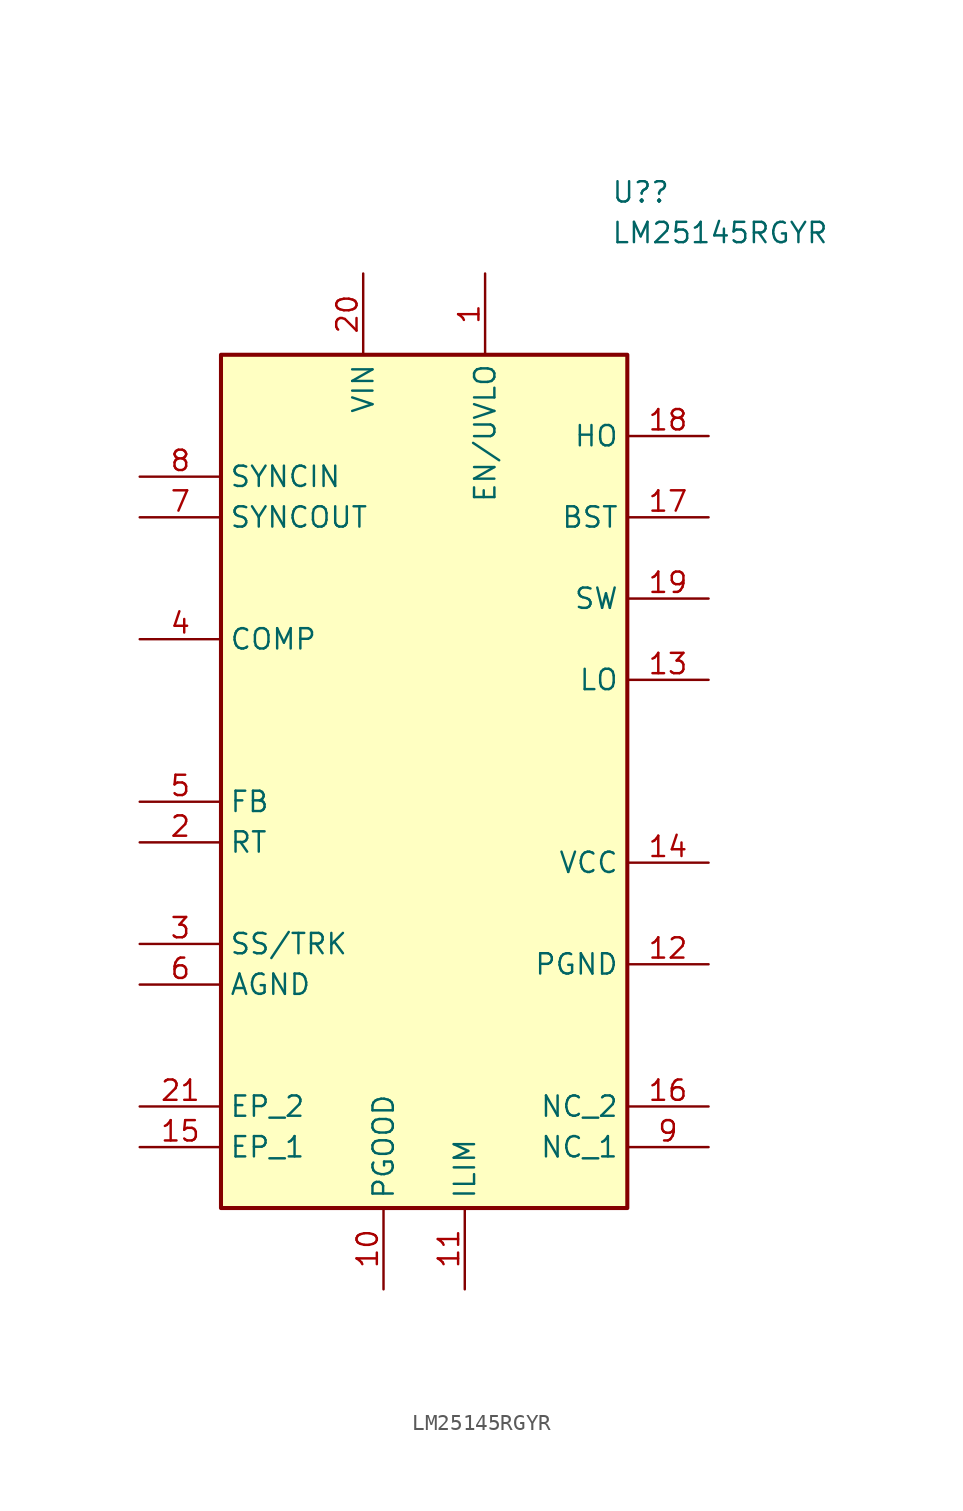
<source format=kicad_sym>
(kicad_symbol_lib
  (version 20241209)
  (generator "kicad_symbol_editor")
  (generator_version "9.0")
  (symbol "LM25145RGYR"
    (property "Reference" "U?"
      (at 29.464 25.4 0)
      (effects (font (size 1.27 1.27)) (justify left)))
    (property "Value" "LM25145RGYR"
      (at 29.464 22.86 0)
      (effects (font (size 1.27 1.27)) (justify left)))
    (symbol "LM25145RGYR_1_1"
      (rectangle (start 5.08 15.24) (end 30.48 -38.1) (stroke (width 0.254) (type default)) (fill (type background)))
      (pin passive line (at 0 7.62 0) (length 5.08) (name "SYNCIN" (effects (font (size 1.27 1.27)))) (number "8" (effects (font (size 1.27 1.27)))))
      (pin passive line (at 0 5.08 0) (length 5.08) (name "SYNCOUT" (effects (font (size 1.27 1.27)))) (number "7" (effects (font (size 1.27 1.27)))))
      (pin passive line (at 0 -2.54 0) (length 5.08) (name "COMP" (effects (font (size 1.27 1.27)))) (number "4" (effects (font (size 1.27 1.27)))))
      (pin passive line (at 0 -12.7 0) (length 5.08) (name "FB" (effects (font (size 1.27 1.27)))) (number "5" (effects (font (size 1.27 1.27)))))
      (pin passive line (at 0 -15.24 0) (length 5.08) (name "RT" (effects (font (size 1.27 1.27)))) (number "2" (effects (font (size 1.27 1.27)))))
      (pin passive line (at 0 -21.59 0) (length 5.08) (name "SS/TRK" (effects (font (size 1.27 1.27)))) (number "3" (effects (font (size 1.27 1.27)))))
      (pin passive line (at 0 -24.13 0) (length 5.08) (name "AGND" (effects (font (size 1.27 1.27)))) (number "6" (effects (font (size 1.27 1.27)))))
      (pin passive line (at 0 -31.75 0) (length 5.08) (name "EP_2" (effects (font (size 1.27 1.27)))) (number "21" (effects (font (size 1.27 1.27)))))
      (pin passive line (at 0 -34.29 0) (length 5.08) (name "EP_1" (effects (font (size 1.27 1.27)))) (number "15" (effects (font (size 1.27 1.27)))))
      (pin passive line (at 13.97 20.32 270) (length 5.08) (name "VIN" (effects (font (size 1.27 1.27)))) (number "20" (effects (font (size 1.27 1.27)))))
      (pin passive line (at 15.24 -43.18 90) (length 5.08) (name "PGOOD" (effects (font (size 1.27 1.27)))) (number "10" (effects (font (size 1.27 1.27)))))
      (pin passive line (at 20.32 -43.18 90) (length 5.08) (name "ILIM" (effects (font (size 1.27 1.27)))) (number "11" (effects (font (size 1.27 1.27)))))
      (pin passive line (at 21.59 20.32 270) (length 5.08) (name "EN/UVLO" (effects (font (size 1.27 1.27)))) (number "1" (effects (font (size 1.27 1.27)))))
      (pin passive line (at 35.56 10.16 180) (length 5.08) (name "HO" (effects (font (size 1.27 1.27)))) (number "18" (effects (font (size 1.27 1.27)))))
      (pin passive line (at 35.56 5.08 180) (length 5.08) (name "BST" (effects (font (size 1.27 1.27)))) (number "17" (effects (font (size 1.27 1.27)))))
      (pin passive line (at 35.56 0 180) (length 5.08) (name "SW" (effects (font (size 1.27 1.27)))) (number "19" (effects (font (size 1.27 1.27)))))
      (pin passive line (at 35.56 -5.08 180) (length 5.08) (name "LO" (effects (font (size 1.27 1.27)))) (number "13" (effects (font (size 1.27 1.27)))))
      (pin passive line (at 35.56 -16.51 180) (length 5.08) (name "VCC" (effects (font (size 1.27 1.27)))) (number "14" (effects (font (size 1.27 1.27)))))
      (pin passive line (at 35.56 -22.86 180) (length 5.08) (name "PGND" (effects (font (size 1.27 1.27)))) (number "12" (effects (font (size 1.27 1.27)))))
      (pin passive line (at 35.56 -31.75 180) (length 5.08) (name "NC_2" (effects (font (size 1.27 1.27)))) (number "16" (effects (font (size 1.27 1.27)))))
      (pin passive line (at 35.56 -34.29 180) (length 5.08) (name "NC_1" (effects (font (size 1.27 1.27)))) (number "9" (effects (font (size 1.27 1.27))))))))
</source>
